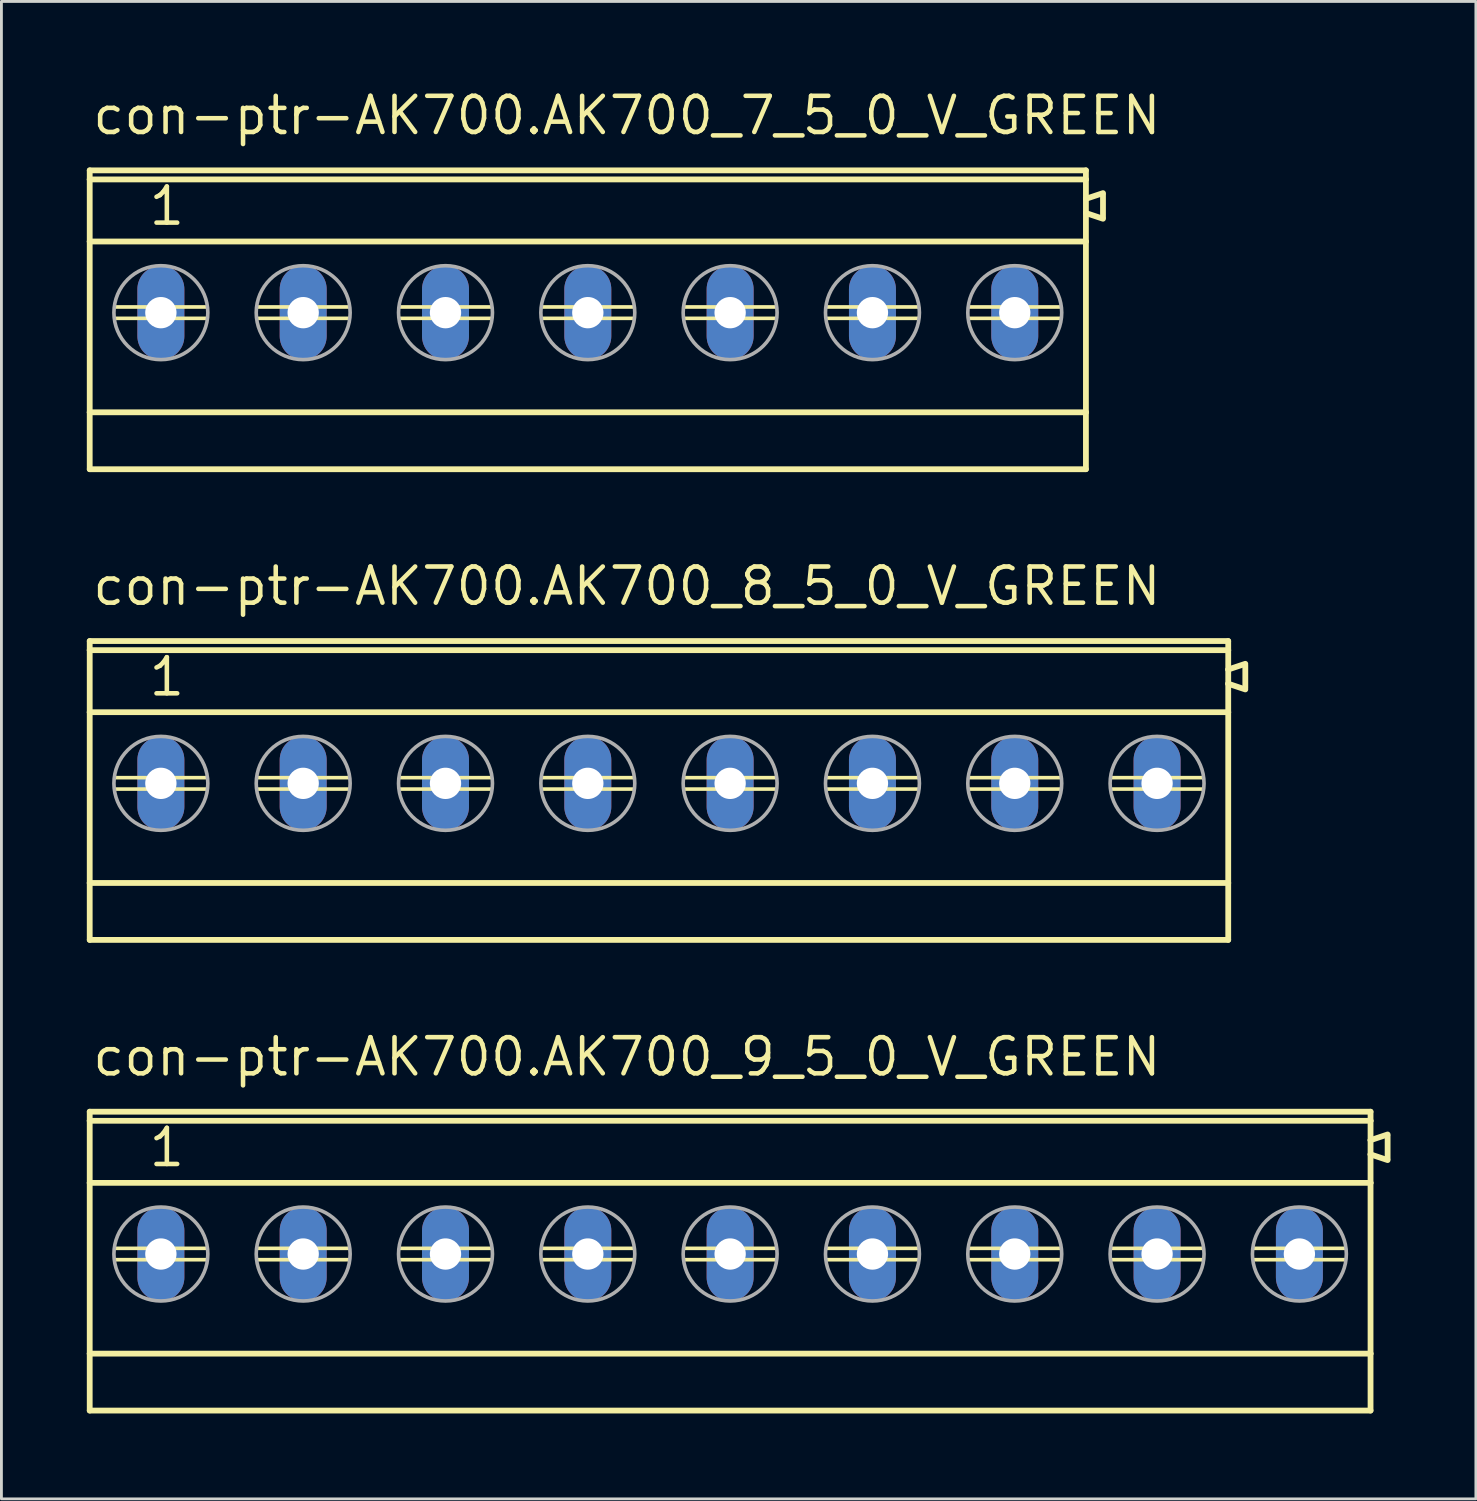
<source format=kicad_pcb>
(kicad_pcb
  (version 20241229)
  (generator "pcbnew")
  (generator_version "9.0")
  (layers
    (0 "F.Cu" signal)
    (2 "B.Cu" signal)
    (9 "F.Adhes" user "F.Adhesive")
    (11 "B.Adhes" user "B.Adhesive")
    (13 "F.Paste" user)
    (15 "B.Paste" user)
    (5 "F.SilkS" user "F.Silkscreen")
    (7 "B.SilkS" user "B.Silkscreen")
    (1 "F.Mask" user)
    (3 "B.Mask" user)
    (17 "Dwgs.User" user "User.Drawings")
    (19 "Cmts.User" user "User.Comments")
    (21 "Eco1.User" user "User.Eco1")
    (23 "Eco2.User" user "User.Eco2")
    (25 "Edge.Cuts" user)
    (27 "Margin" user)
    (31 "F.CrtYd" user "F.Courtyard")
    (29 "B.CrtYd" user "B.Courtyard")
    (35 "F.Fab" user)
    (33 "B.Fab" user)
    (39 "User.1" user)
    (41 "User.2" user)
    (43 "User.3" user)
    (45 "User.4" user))
  (footprint "con-ptr-AK700.AK700_9_5_0_V_GREEN"
    (layer "F.Cu")
    (at 22.602 41.008)
    (property "Reference" "con-ptr-AK700.AK700_9_5_0_V_GREEN" (at -22.48 -6.185 0) (layer "F.SilkS") (effects (font (size 1.27 1.27) (thickness 0.16)) (justify left bottom)))
    (attr through_hole)
    (fp_line (start -22.5 -5) (end -22.5 -4.68) (stroke (width 0.203) (type default)) (layer "F.SilkS"))
    (fp_line (start -22.5 -4.68) (end -22.5 -2.5) (stroke (width 0.203) (type default)) (layer "F.SilkS"))
    (fp_line (start -22.5 -2.5) (end -22.5 3.5) (stroke (width 0.203) (type default)) (layer "F.SilkS"))
    (fp_line (start -22.5 3.5) (end -22.5 5.5) (stroke (width 0.203) (type default)) (layer "F.SilkS"))
    (fp_line (start -22.5 5.5) (end 22.5 5.5) (stroke (width 0.203) (type default)) (layer "F.SilkS"))
    (fp_line (start -21.6 -0.2) (end -18.4 -0.2) (stroke (width 0.127) (type default)) (layer "F.SilkS"))
    (fp_line (start -21.6 0.2) (end -18.4 0.2) (stroke (width 0.127) (type default)) (layer "F.SilkS"))
    (fp_line (start -16.6 -0.2) (end -13.4 -0.2) (stroke (width 0.127) (type default)) (layer "F.SilkS"))
    (fp_line (start -16.6 0.2) (end -13.4 0.2) (stroke (width 0.127) (type default)) (layer "F.SilkS"))
    (fp_line (start -11.6 -0.2) (end -8.4 -0.2) (stroke (width 0.127) (type default)) (layer "F.SilkS"))
    (fp_line (start -11.6 0.2) (end -8.4 0.2) (stroke (width 0.127) (type default)) (layer "F.SilkS"))
    (fp_line (start -6.6 -0.2) (end -3.4 -0.2) (stroke (width 0.127) (type default)) (layer "F.SilkS"))
    (fp_line (start -6.6 0.2) (end -3.4 0.2) (stroke (width 0.127) (type default)) (layer "F.SilkS"))
    (fp_line (start -1.6 -0.2) (end 1.6 -0.2) (stroke (width 0.127) (type default)) (layer "F.SilkS"))
    (fp_line (start -1.6 0.2) (end 1.6 0.2) (stroke (width 0.127) (type default)) (layer "F.SilkS"))
    (fp_line (start 3.4 -0.2) (end 6.6 -0.2) (stroke (width 0.127) (type default)) (layer "F.SilkS"))
    (fp_line (start 3.4 0.2) (end 6.6 0.2) (stroke (width 0.127) (type default)) (layer "F.SilkS"))
    (fp_line (start 8.4 -0.2) (end 11.6 -0.2) (stroke (width 0.127) (type default)) (layer "F.SilkS"))
    (fp_line (start 8.4 0.2) (end 11.6 0.2) (stroke (width 0.127) (type default)) (layer "F.SilkS"))
    (fp_line (start 13.4 -0.2) (end 16.6 -0.2) (stroke (width 0.127) (type default)) (layer "F.SilkS"))
    (fp_line (start 13.4 0.2) (end 16.6 0.2) (stroke (width 0.127) (type default)) (layer "F.SilkS"))
    (fp_line (start 18.4 -0.2) (end 21.6 -0.2) (stroke (width 0.127) (type default)) (layer "F.SilkS"))
    (fp_line (start 18.4 0.2) (end 21.6 0.2) (stroke (width 0.127) (type default)) (layer "F.SilkS"))
    (fp_line (start 22.5 -5) (end -22.5 -5) (stroke (width 0.203) (type default)) (layer "F.SilkS"))
    (fp_line (start 22.5 -4.68) (end -22.5 -4.68) (stroke (width 0.203) (type default)) (layer "F.SilkS"))
    (fp_line (start 22.5 -4.68) (end 22.5 -5) (stroke (width 0.203) (type default)) (layer "F.SilkS"))
    (fp_line (start 22.5 -4) (end 22.5 -4.68) (stroke (width 0.203) (type default)) (layer "F.SilkS"))
    (fp_line (start 22.5 -3.5) (end 22.5 -4) (stroke (width 0.203) (type default)) (layer "F.SilkS"))
    (fp_line (start 22.5 -2.5) (end -22.5 -2.5) (stroke (width 0.203) (type default)) (layer "F.SilkS"))
    (fp_line (start 22.5 -2.5) (end 22.5 -3.5) (stroke (width 0.203) (type default)) (layer "F.SilkS"))
    (fp_line (start 22.5 3.5) (end -22.5 3.5) (stroke (width 0.203) (type default)) (layer "F.SilkS"))
    (fp_line (start 22.5 3.5) (end 22.5 -2.5) (stroke (width 0.203) (type default)) (layer "F.SilkS"))
    (fp_line (start 22.5 5.5) (end 22.5 3.5) (stroke (width 0.203) (type default)) (layer "F.SilkS"))
    (fp_line (start 23.1 -4.2) (end 22.5 -4) (stroke (width 0.203) (type default)) (layer "F.SilkS"))
    (fp_line (start 23.1 -3.35) (end 23.1 -4.15) (stroke (width 0.203) (type default)) (layer "F.SilkS"))
    (fp_line (start 23.1 -3.3) (end 22.5 -3.5) (stroke (width 0.203) (type default)) (layer "F.SilkS"))
    (fp_circle (center -20 0) (end -18.35 0) (stroke (width 0.127) (type default)) (fill no) (layer "F.Fab"))
    (fp_circle (center -15 0) (end -13.35 0) (stroke (width 0.127) (type default)) (fill no) (layer "F.Fab"))
    (fp_circle (center -10 0) (end -8.35 0) (stroke (width 0.127) (type default)) (fill no) (layer "F.Fab"))
    (fp_circle (center -5 0) (end -3.35 0) (stroke (width 0.127) (type default)) (fill no) (layer "F.Fab"))
    (fp_circle (center 0 0) (end 1.65 0) (stroke (width 0.127) (type default)) (fill no) (layer "F.Fab"))
    (fp_circle (center 5 0) (end 6.65 0) (stroke (width 0.127) (type default)) (fill no) (layer "F.Fab"))
    (fp_circle (center 10 0) (end 11.65 0) (stroke (width 0.127) (type default)) (fill no) (layer "F.Fab"))
    (fp_circle (center 15 0) (end 16.65 0) (stroke (width 0.127) (type default)) (fill no) (layer "F.Fab"))
    (fp_circle (center 20 0) (end 21.65 0) (stroke (width 0.127) (type default)) (fill no) (layer "F.Fab"))
    (fp_text user "1" (at -20.5 -3 0) (layer "F.SilkS") (effects (font (size 1.27 1.27) (thickness 0.16)) (justify left bottom)))
    (pad "1" thru_hole oval (at -20 0 90) (size 3.3 1.65) (drill 1.1) (layers "*.Cu" "*.Mask"))
    (pad "2" thru_hole oval (at -15 0 90) (size 3.3 1.65) (drill 1.1) (layers "*.Cu" "*.Mask"))
    (pad "3" thru_hole oval (at -10 0 90) (size 3.3 1.65) (drill 1.1) (layers "*.Cu" "*.Mask"))
    (pad "4" thru_hole oval (at -5 0 90) (size 3.3 1.65) (drill 1.1) (layers "*.Cu" "*.Mask"))
    (pad "5" thru_hole oval (at 0 0 90) (size 3.3 1.65) (drill 1.1) (layers "*.Cu" "*.Mask"))
    (pad "6" thru_hole oval (at 5 0 90) (size 3.3 1.65) (drill 1.1) (layers "*.Cu" "*.Mask"))
    (pad "7" thru_hole oval (at 10 0 90) (size 3.3 1.65) (drill 1.1) (layers "*.Cu" "*.Mask"))
    (pad "8" thru_hole oval (at 15 0 90) (size 3.3 1.65) (drill 1.1) (layers "*.Cu" "*.Mask"))
    (pad "9" thru_hole oval (at 20 0 90) (size 3.3 1.65) (drill 1.1) (layers "*.Cu" "*.Mask")))
  (footprint "con-ptr-AK700.AK700_8_5_0_V_GREEN"
    (layer "F.Cu")
    (at 20.102 24.472)
    (property "Reference" "con-ptr-AK700.AK700_8_5_0_V_GREEN" (at -19.98 -6.185 0) (layer "F.SilkS") (effects (font (size 1.27 1.27) (thickness 0.16)) (justify left bottom)))
    (attr through_hole)
    (fp_line (start -20 -5) (end -20 -4.68) (stroke (width 0.203) (type default)) (layer "F.SilkS"))
    (fp_line (start -20 -4.68) (end -20 -2.5) (stroke (width 0.203) (type default)) (layer "F.SilkS"))
    (fp_line (start -20 -2.5) (end -20 3.5) (stroke (width 0.203) (type default)) (layer "F.SilkS"))
    (fp_line (start -20 3.5) (end -20 5.5) (stroke (width 0.203) (type default)) (layer "F.SilkS"))
    (fp_line (start -20 5.5) (end 20 5.5) (stroke (width 0.203) (type default)) (layer "F.SilkS"))
    (fp_line (start -19.1 -0.2) (end -15.9 -0.2) (stroke (width 0.127) (type default)) (layer "F.SilkS"))
    (fp_line (start -19.1 0.2) (end -15.9 0.2) (stroke (width 0.127) (type default)) (layer "F.SilkS"))
    (fp_line (start -14.1 -0.2) (end -10.9 -0.2) (stroke (width 0.127) (type default)) (layer "F.SilkS"))
    (fp_line (start -14.1 0.2) (end -10.9 0.2) (stroke (width 0.127) (type default)) (layer "F.SilkS"))
    (fp_line (start -9.1 -0.2) (end -5.9 -0.2) (stroke (width 0.127) (type default)) (layer "F.SilkS"))
    (fp_line (start -9.1 0.2) (end -5.9 0.2) (stroke (width 0.127) (type default)) (layer "F.SilkS"))
    (fp_line (start -4.1 -0.2) (end -0.9 -0.2) (stroke (width 0.127) (type default)) (layer "F.SilkS"))
    (fp_line (start -4.1 0.2) (end -0.9 0.2) (stroke (width 0.127) (type default)) (layer "F.SilkS"))
    (fp_line (start 0.9 -0.2) (end 4.1 -0.2) (stroke (width 0.127) (type default)) (layer "F.SilkS"))
    (fp_line (start 0.9 0.2) (end 4.1 0.2) (stroke (width 0.127) (type default)) (layer "F.SilkS"))
    (fp_line (start 5.9 -0.2) (end 9.1 -0.2) (stroke (width 0.127) (type default)) (layer "F.SilkS"))
    (fp_line (start 5.9 0.2) (end 9.1 0.2) (stroke (width 0.127) (type default)) (layer "F.SilkS"))
    (fp_line (start 10.9 -0.2) (end 14.1 -0.2) (stroke (width 0.127) (type default)) (layer "F.SilkS"))
    (fp_line (start 10.9 0.2) (end 14.1 0.2) (stroke (width 0.127) (type default)) (layer "F.SilkS"))
    (fp_line (start 15.9 -0.2) (end 19.1 -0.2) (stroke (width 0.127) (type default)) (layer "F.SilkS"))
    (fp_line (start 15.9 0.2) (end 19.1 0.2) (stroke (width 0.127) (type default)) (layer "F.SilkS"))
    (fp_line (start 20 -5) (end -20 -5) (stroke (width 0.203) (type default)) (layer "F.SilkS"))
    (fp_line (start 20 -4.68) (end -20 -4.68) (stroke (width 0.203) (type default)) (layer "F.SilkS"))
    (fp_line (start 20 -4.68) (end 20 -5) (stroke (width 0.203) (type default)) (layer "F.SilkS"))
    (fp_line (start 20 -4) (end 20 -4.68) (stroke (width 0.203) (type default)) (layer "F.SilkS"))
    (fp_line (start 20 -3.5) (end 20 -4) (stroke (width 0.203) (type default)) (layer "F.SilkS"))
    (fp_line (start 20 -2.5) (end -20 -2.5) (stroke (width 0.203) (type default)) (layer "F.SilkS"))
    (fp_line (start 20 -2.5) (end 20 -3.5) (stroke (width 0.203) (type default)) (layer "F.SilkS"))
    (fp_line (start 20 3.5) (end -20 3.5) (stroke (width 0.203) (type default)) (layer "F.SilkS"))
    (fp_line (start 20 3.5) (end 20 -2.5) (stroke (width 0.203) (type default)) (layer "F.SilkS"))
    (fp_line (start 20 5.5) (end 20 3.5) (stroke (width 0.203) (type default)) (layer "F.SilkS"))
    (fp_line (start 20.6 -4.2) (end 20 -4) (stroke (width 0.203) (type default)) (layer "F.SilkS"))
    (fp_line (start 20.6 -3.35) (end 20.6 -4.15) (stroke (width 0.203) (type default)) (layer "F.SilkS"))
    (fp_line (start 20.6 -3.3) (end 20 -3.5) (stroke (width 0.203) (type default)) (layer "F.SilkS"))
    (fp_circle (center -17.5 0) (end -15.85 0) (stroke (width 0.127) (type default)) (fill no) (layer "F.Fab"))
    (fp_circle (center -12.5 0) (end -10.85 0) (stroke (width 0.127) (type default)) (fill no) (layer "F.Fab"))
    (fp_circle (center -7.5 0) (end -5.85 0) (stroke (width 0.127) (type default)) (fill no) (layer "F.Fab"))
    (fp_circle (center -2.5 0) (end -0.85 0) (stroke (width 0.127) (type default)) (fill no) (layer "F.Fab"))
    (fp_circle (center 2.5 0) (end 4.15 0) (stroke (width 0.127) (type default)) (fill no) (layer "F.Fab"))
    (fp_circle (center 7.5 0) (end 9.15 0) (stroke (width 0.127) (type default)) (fill no) (layer "F.Fab"))
    (fp_circle (center 12.5 0) (end 14.15 0) (stroke (width 0.127) (type default)) (fill no) (layer "F.Fab"))
    (fp_circle (center 17.5 0) (end 19.15 0) (stroke (width 0.127) (type default)) (fill no) (layer "F.Fab"))
    (fp_text user "1" (at -18 -3 0) (layer "F.SilkS") (effects (font (size 1.27 1.27) (thickness 0.16)) (justify left bottom)))
    (pad "1" thru_hole oval (at -17.5 0 90) (size 3.3 1.65) (drill 1.1) (layers "*.Cu" "*.Mask"))
    (pad "2" thru_hole oval (at -12.5 0 90) (size 3.3 1.65) (drill 1.1) (layers "*.Cu" "*.Mask"))
    (pad "3" thru_hole oval (at -7.5 0 90) (size 3.3 1.65) (drill 1.1) (layers "*.Cu" "*.Mask"))
    (pad "4" thru_hole oval (at -2.5 0 90) (size 3.3 1.65) (drill 1.1) (layers "*.Cu" "*.Mask"))
    (pad "5" thru_hole oval (at 2.5 0 90) (size 3.3 1.65) (drill 1.1) (layers "*.Cu" "*.Mask"))
    (pad "6" thru_hole oval (at 7.5 0 90) (size 3.3 1.65) (drill 1.1) (layers "*.Cu" "*.Mask"))
    (pad "7" thru_hole oval (at 12.5 0 90) (size 3.3 1.65) (drill 1.1) (layers "*.Cu" "*.Mask"))
    (pad "8" thru_hole oval (at 17.5 0 90) (size 3.3 1.65) (drill 1.1) (layers "*.Cu" "*.Mask")))
  (footprint "con-ptr-AK700.AK700_7_5_0_V_GREEN"
    (layer "F.Cu")
    (at 17.602 7.935)
    (property "Reference" "con-ptr-AK700.AK700_7_5_0_V_GREEN" (at -17.48 -6.185 0) (layer "F.SilkS") (effects (font (size 1.27 1.27) (thickness 0.16)) (justify left bottom)))
    (attr through_hole)
    (fp_line (start -17.5 -5) (end -17.5 -4.68) (stroke (width 0.203) (type default)) (layer "F.SilkS"))
    (fp_line (start -17.5 -4.68) (end -17.5 -2.5) (stroke (width 0.203) (type default)) (layer "F.SilkS"))
    (fp_line (start -17.5 -2.5) (end -17.5 3.5) (stroke (width 0.203) (type default)) (layer "F.SilkS"))
    (fp_line (start -17.5 3.5) (end -17.5 5.5) (stroke (width 0.203) (type default)) (layer "F.SilkS"))
    (fp_line (start -17.5 5.5) (end 17.5 5.5) (stroke (width 0.203) (type default)) (layer "F.SilkS"))
    (fp_line (start -16.6 -0.2) (end -13.4 -0.2) (stroke (width 0.127) (type default)) (layer "F.SilkS"))
    (fp_line (start -16.6 0.2) (end -13.4 0.2) (stroke (width 0.127) (type default)) (layer "F.SilkS"))
    (fp_line (start -11.6 -0.2) (end -8.4 -0.2) (stroke (width 0.127) (type default)) (layer "F.SilkS"))
    (fp_line (start -11.6 0.2) (end -8.4 0.2) (stroke (width 0.127) (type default)) (layer "F.SilkS"))
    (fp_line (start -6.6 -0.2) (end -3.4 -0.2) (stroke (width 0.127) (type default)) (layer "F.SilkS"))
    (fp_line (start -6.6 0.2) (end -3.4 0.2) (stroke (width 0.127) (type default)) (layer "F.SilkS"))
    (fp_line (start -1.6 -0.2) (end 1.6 -0.2) (stroke (width 0.127) (type default)) (layer "F.SilkS"))
    (fp_line (start -1.6 0.2) (end 1.6 0.2) (stroke (width 0.127) (type default)) (layer "F.SilkS"))
    (fp_line (start 3.4 -0.2) (end 6.6 -0.2) (stroke (width 0.127) (type default)) (layer "F.SilkS"))
    (fp_line (start 3.4 0.2) (end 6.6 0.2) (stroke (width 0.127) (type default)) (layer "F.SilkS"))
    (fp_line (start 8.4 -0.2) (end 11.6 -0.2) (stroke (width 0.127) (type default)) (layer "F.SilkS"))
    (fp_line (start 8.4 0.2) (end 11.6 0.2) (stroke (width 0.127) (type default)) (layer "F.SilkS"))
    (fp_line (start 13.4 -0.2) (end 16.6 -0.2) (stroke (width 0.127) (type default)) (layer "F.SilkS"))
    (fp_line (start 13.4 0.2) (end 16.6 0.2) (stroke (width 0.127) (type default)) (layer "F.SilkS"))
    (fp_line (start 17.5 -5) (end -17.5 -5) (stroke (width 0.203) (type default)) (layer "F.SilkS"))
    (fp_line (start 17.5 -4.68) (end -17.5 -4.68) (stroke (width 0.203) (type default)) (layer "F.SilkS"))
    (fp_line (start 17.5 -4.68) (end 17.5 -5) (stroke (width 0.203) (type default)) (layer "F.SilkS"))
    (fp_line (start 17.5 -4) (end 17.5 -4.68) (stroke (width 0.203) (type default)) (layer "F.SilkS"))
    (fp_line (start 17.5 -3.5) (end 17.5 -4) (stroke (width 0.203) (type default)) (layer "F.SilkS"))
    (fp_line (start 17.5 -2.5) (end -17.5 -2.5) (stroke (width 0.203) (type default)) (layer "F.SilkS"))
    (fp_line (start 17.5 -2.5) (end 17.5 -3.5) (stroke (width 0.203) (type default)) (layer "F.SilkS"))
    (fp_line (start 17.5 3.5) (end -17.5 3.5) (stroke (width 0.203) (type default)) (layer "F.SilkS"))
    (fp_line (start 17.5 3.5) (end 17.5 -2.5) (stroke (width 0.203) (type default)) (layer "F.SilkS"))
    (fp_line (start 17.5 5.5) (end 17.5 3.5) (stroke (width 0.203) (type default)) (layer "F.SilkS"))
    (fp_line (start 18.1 -4.2) (end 17.5 -4) (stroke (width 0.203) (type default)) (layer "F.SilkS"))
    (fp_line (start 18.1 -3.35) (end 18.1 -4.15) (stroke (width 0.203) (type default)) (layer "F.SilkS"))
    (fp_line (start 18.1 -3.3) (end 17.5 -3.5) (stroke (width 0.203) (type default)) (layer "F.SilkS"))
    (fp_circle (center -15 0) (end -13.35 0) (stroke (width 0.127) (type default)) (fill no) (layer "F.Fab"))
    (fp_circle (center -10 0) (end -8.35 0) (stroke (width 0.127) (type default)) (fill no) (layer "F.Fab"))
    (fp_circle (center -5 0) (end -3.35 0) (stroke (width 0.127) (type default)) (fill no) (layer "F.Fab"))
    (fp_circle (center 0 0) (end 1.65 0) (stroke (width 0.127) (type default)) (fill no) (layer "F.Fab"))
    (fp_circle (center 5 0) (end 6.65 0) (stroke (width 0.127) (type default)) (fill no) (layer "F.Fab"))
    (fp_circle (center 10 0) (end 11.65 0) (stroke (width 0.127) (type default)) (fill no) (layer "F.Fab"))
    (fp_circle (center 15 0) (end 16.65 0) (stroke (width 0.127) (type default)) (fill no) (layer "F.Fab"))
    (fp_text user "1" (at -15.5 -3 0) (layer "F.SilkS") (effects (font (size 1.27 1.27) (thickness 0.16)) (justify left bottom)))
    (pad "1" thru_hole oval (at -15 0 90) (size 3.3 1.65) (drill 1.1) (layers "*.Cu" "*.Mask"))
    (pad "2" thru_hole oval (at -10 0 90) (size 3.3 1.65) (drill 1.1) (layers "*.Cu" "*.Mask"))
    (pad "3" thru_hole oval (at -5 0 90) (size 3.3 1.65) (drill 1.1) (layers "*.Cu" "*.Mask"))
    (pad "4" thru_hole oval (at 0 0 90) (size 3.3 1.65) (drill 1.1) (layers "*.Cu" "*.Mask"))
    (pad "5" thru_hole oval (at 5 0 90) (size 3.3 1.65) (drill 1.1) (layers "*.Cu" "*.Mask"))
    (pad "6" thru_hole oval (at 10 0 90) (size 3.3 1.65) (drill 1.1) (layers "*.Cu" "*.Mask"))
    (pad "7" thru_hole oval (at 15 0 90) (size 3.3 1.65) (drill 1.1) (layers "*.Cu" "*.Mask")))
  (gr_rect
    (start -3 -3)
    (end 48.803 49.61)
    (stroke (width 0.1) (type default))
    (fill no)
    (layer "Edge.Cuts")))
</source>
